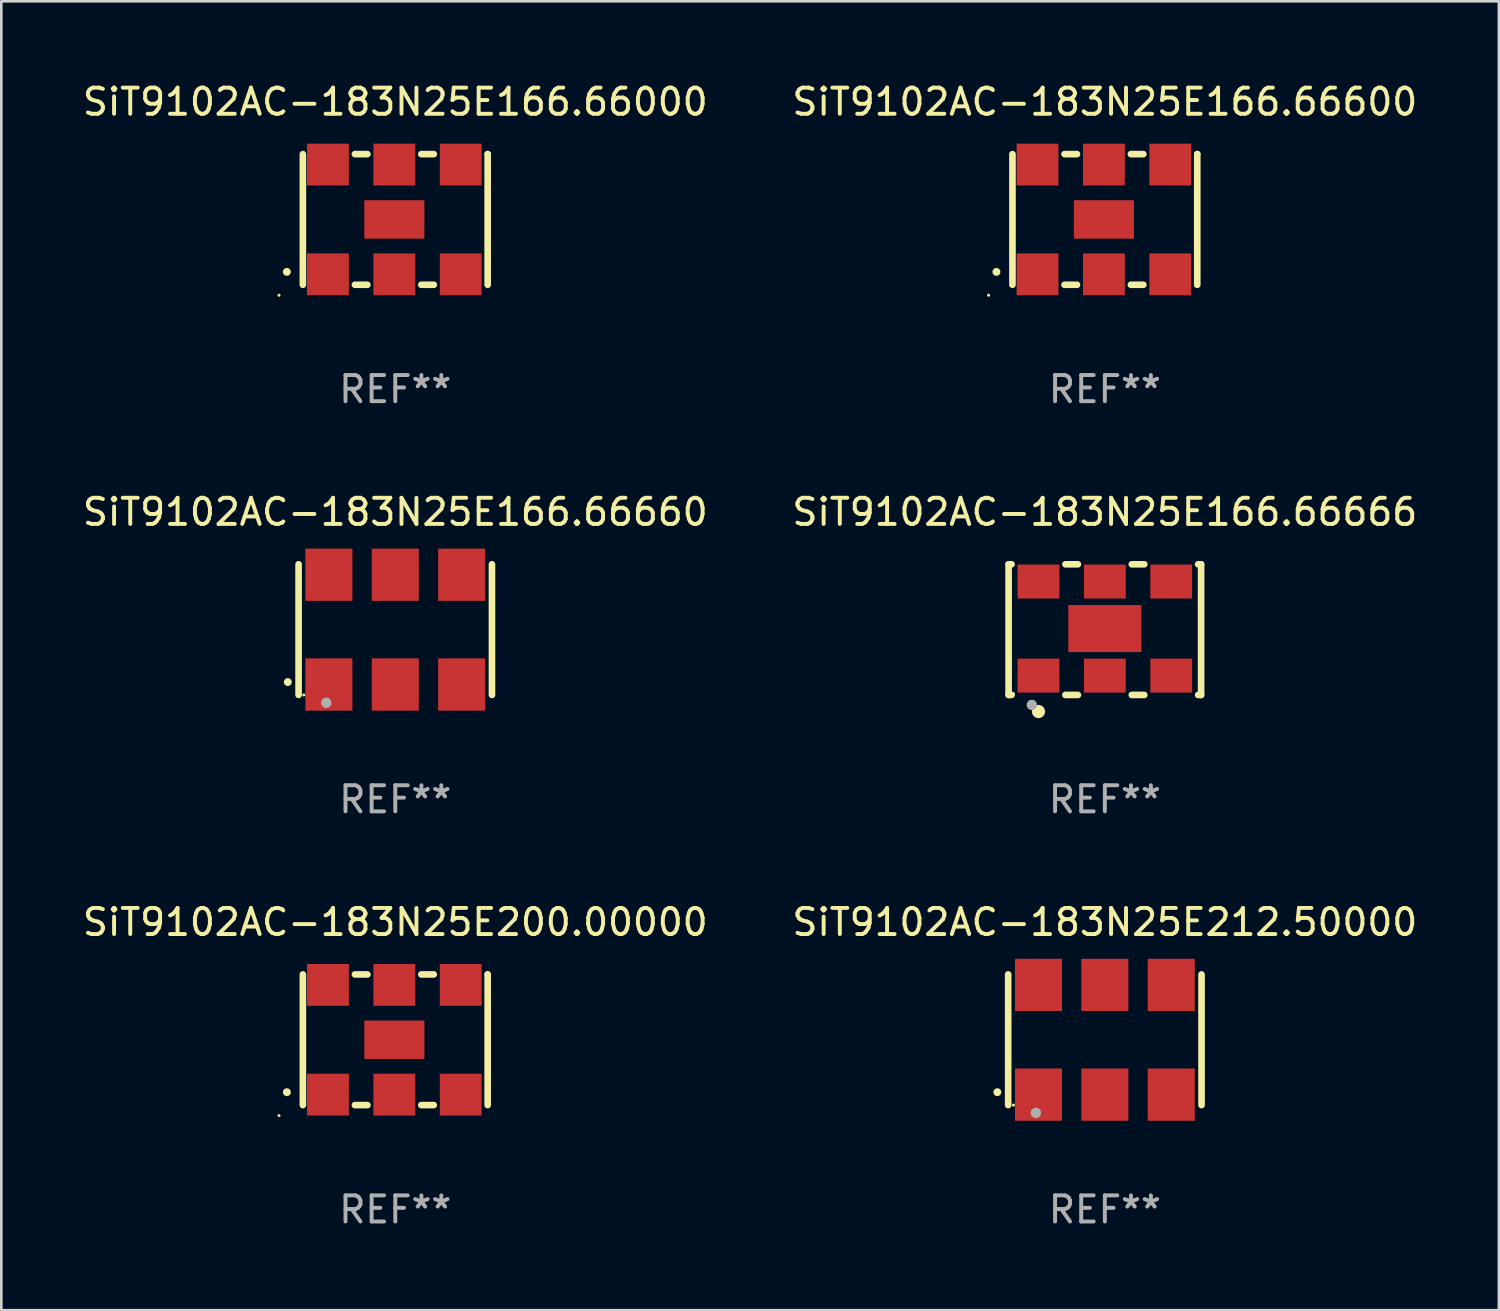
<source format=kicad_pcb>
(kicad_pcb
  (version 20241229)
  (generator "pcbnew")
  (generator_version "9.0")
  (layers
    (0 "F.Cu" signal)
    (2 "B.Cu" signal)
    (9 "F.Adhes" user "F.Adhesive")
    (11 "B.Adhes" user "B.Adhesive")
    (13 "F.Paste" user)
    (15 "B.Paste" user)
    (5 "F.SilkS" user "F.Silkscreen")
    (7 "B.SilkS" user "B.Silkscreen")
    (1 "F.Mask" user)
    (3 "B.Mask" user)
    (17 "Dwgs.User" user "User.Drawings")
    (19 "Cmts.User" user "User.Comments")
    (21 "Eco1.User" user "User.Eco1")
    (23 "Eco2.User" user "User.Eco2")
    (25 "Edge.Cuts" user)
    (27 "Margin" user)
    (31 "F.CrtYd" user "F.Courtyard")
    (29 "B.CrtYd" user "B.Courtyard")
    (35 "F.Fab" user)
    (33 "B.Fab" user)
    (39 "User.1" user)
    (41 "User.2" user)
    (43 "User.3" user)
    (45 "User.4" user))
  (footprint "SiT9102AC-183N25E212.50000"
    (layer "F.Cu")
    (at 39.232 36.741)
    (property "Reference" "SiT9102AC-183N25E212.50000" (at 0 -4.5 0) (layer "F.SilkS") (effects (font (size 1 1) (thickness 0.15))))
    (attr through_hole)
    (fp_line (start -3.7 -2.5) (end -3.7 2.5) (stroke (width 0.254) (type solid)) (layer "F.SilkS"))
    (fp_line (start 3.7 -2.5) (end 3.7 2.5) (stroke (width 0.254) (type solid)) (layer "F.SilkS"))
    (fp_arc (start -4.114415 2.006604) (mid -4.113145 2.006599) (end -4.111875 2.006604) (stroke (width 0.3) (type solid)) (layer "F.SilkS"))
    (fp_circle (center -3.5 2.501) (end -3.47 2.501) (stroke (width 0.06) (type solid)) (fill no) (layer "F.SilkS"))
    (fp_circle (center -2.641 2.799) (end -2.541 2.799) (stroke (width 0.2) (type solid)) (fill no) (layer "F.Fab"))
    (fp_text user "REF**" (at 0 6.5 0) (layer "F.Fab") (effects (font (size 1 1) (thickness 0.15))))
    (pad "1" smd rect (at -2.54 2.1) (size 1.8 2) (layers "F.Cu" "F.Mask" "F.Paste"))
    (pad "2" smd rect (at 0.000394 2.1) (size 1.8 2) (layers "F.Cu" "F.Mask" "F.Paste"))
    (pad "3" smd rect (at 2.54 2.1) (size 1.8 2) (layers "F.Cu" "F.Mask" "F.Paste"))
    (pad "4" smd rect (at 2.54 -2.1) (size 1.8 2) (layers "F.Cu" "F.Mask" "F.Paste"))
    (pad "5" smd rect (at 0.000394 -2.1) (size 1.8 2) (layers "F.Cu" "F.Mask" "F.Paste"))
    (pad "6" smd rect (at -2.54 -2.1) (size 1.8 2) (layers "F.Cu" "F.Mask" "F.Paste")))
  (footprint "SiT9102AC-183N25E200.00000"
    (layer "F.Cu")
    (at 12.077 36.741)
    (property "Reference" "SiT9102AC-183N25E200.00000" (at 0 -4.5 0) (layer "F.SilkS") (effects (font (size 1 1) (thickness 0.15))))
    (attr through_hole)
    (fp_line (start -3.536 -2.5) (end -3.536 2.5) (stroke (width 0.254) (type solid)) (layer "F.SilkS"))
    (fp_line (start -1.544 2.5) (end -1.067 2.5) (stroke (width 0.254) (type solid)) (layer "F.SilkS"))
    (fp_line (start -1.067 -2.5) (end -1.544 -2.5) (stroke (width 0.254) (type solid)) (layer "F.SilkS"))
    (fp_line (start 0.996 2.5) (end 1.473 2.5) (stroke (width 0.254) (type solid)) (layer "F.SilkS"))
    (fp_line (start 1.473 -2.5) (end 0.996 -2.5) (stroke (width 0.254) (type solid)) (layer "F.SilkS"))
    (fp_line (start 3.536 -2.5) (end 3.536 -2.5) (stroke (width 0.254) (type solid)) (layer "F.SilkS"))
    (fp_line (start 3.536 2.5) (end 3.536 -2.5) (stroke (width 0.254) (type solid)) (layer "F.SilkS"))
    (fp_arc (start -4.150432 2.006604) (mid -4.149162 2.006599) (end -4.147892 2.006604) (stroke (width 0.3) (type solid)) (layer "F.SilkS"))
    (fp_circle (center -4.449 2.9) (end -4.419 2.9) (stroke (width 0.06) (type solid)) (fill no) (layer "F.SilkS"))
    (fp_text user "REF**" (at 0 6.5 0) (layer "F.Fab") (effects (font (size 1 1) (thickness 0.15))))
    (pad "1" smd rect (at -2.576 2.1) (size 1.6 1.6) (layers "F.Cu" "F.Mask" "F.Paste"))
    (pad "2" smd rect (at -0.036 2.1) (size 1.6 1.6) (layers "F.Cu" "F.Mask" "F.Paste"))
    (pad "3" smd rect (at 2.504 2.1) (size 1.6 1.6) (layers "F.Cu" "F.Mask" "F.Paste"))
    (pad "4" smd rect (at 2.504 -2.1) (size 1.6 1.6) (layers "F.Cu" "F.Mask" "F.Paste"))
    (pad "5" smd rect (at -0.036 -2.1) (size 1.6 1.6) (layers "F.Cu" "F.Mask" "F.Paste"))
    (pad "6" smd rect (at -2.576 -2.1) (size 1.6 1.6) (layers "F.Cu" "F.Mask" "F.Paste"))
    (pad "7" smd rect (at -0.036 0) (size 2.3 1.47) (layers "F.Cu" "F.Mask" "F.Paste")))
  (footprint "SiT9102AC-183N25E166.66600"
    (layer "F.Cu")
    (at 39.232 5.348)
    (property "Reference" "SiT9102AC-183N25E166.66600" (at 0 -4.5 0) (layer "F.SilkS") (effects (font (size 1 1) (thickness 0.15))))
    (attr through_hole)
    (fp_line (start -3.536 -2.5) (end -3.536 2.5) (stroke (width 0.254) (type solid)) (layer "F.SilkS"))
    (fp_line (start -1.544 2.5) (end -1.067 2.5) (stroke (width 0.254) (type solid)) (layer "F.SilkS"))
    (fp_line (start -1.067 -2.5) (end -1.544 -2.5) (stroke (width 0.254) (type solid)) (layer "F.SilkS"))
    (fp_line (start 0.996 2.5) (end 1.473 2.5) (stroke (width 0.254) (type solid)) (layer "F.SilkS"))
    (fp_line (start 1.473 -2.5) (end 0.996 -2.5) (stroke (width 0.254) (type solid)) (layer "F.SilkS"))
    (fp_line (start 3.536 -2.5) (end 3.536 -2.5) (stroke (width 0.254) (type solid)) (layer "F.SilkS"))
    (fp_line (start 3.536 2.5) (end 3.536 -2.5) (stroke (width 0.254) (type solid)) (layer "F.SilkS"))
    (fp_arc (start -4.150432 2.006604) (mid -4.149162 2.006599) (end -4.147892 2.006604) (stroke (width 0.3) (type solid)) (layer "F.SilkS"))
    (fp_circle (center -4.449 2.9) (end -4.419 2.9) (stroke (width 0.06) (type solid)) (fill no) (layer "F.SilkS"))
    (fp_text user "REF**" (at 0 6.5 0) (layer "F.Fab") (effects (font (size 1 1) (thickness 0.15))))
    (pad "1" smd rect (at -2.576 2.1) (size 1.6 1.6) (layers "F.Cu" "F.Mask" "F.Paste"))
    (pad "2" smd rect (at -0.036 2.1) (size 1.6 1.6) (layers "F.Cu" "F.Mask" "F.Paste"))
    (pad "3" smd rect (at 2.504 2.1) (size 1.6 1.6) (layers "F.Cu" "F.Mask" "F.Paste"))
    (pad "4" smd rect (at 2.504 -2.1) (size 1.6 1.6) (layers "F.Cu" "F.Mask" "F.Paste"))
    (pad "5" smd rect (at -0.036 -2.1) (size 1.6 1.6) (layers "F.Cu" "F.Mask" "F.Paste"))
    (pad "6" smd rect (at -2.576 -2.1) (size 1.6 1.6) (layers "F.Cu" "F.Mask" "F.Paste"))
    (pad "7" smd rect (at -0.036 0) (size 2.3 1.47) (layers "F.Cu" "F.Mask" "F.Paste")))
  (footprint "SiT9102AC-183N25E166.66000"
    (layer "F.Cu")
    (at 12.077 5.348)
    (property "Reference" "SiT9102AC-183N25E166.66000" (at 0 -4.5 0) (layer "F.SilkS") (effects (font (size 1 1) (thickness 0.15))))
    (attr through_hole)
    (fp_line (start -3.536 -2.5) (end -3.536 2.5) (stroke (width 0.254) (type solid)) (layer "F.SilkS"))
    (fp_line (start -1.544 2.5) (end -1.067 2.5) (stroke (width 0.254) (type solid)) (layer "F.SilkS"))
    (fp_line (start -1.067 -2.5) (end -1.544 -2.5) (stroke (width 0.254) (type solid)) (layer "F.SilkS"))
    (fp_line (start 0.996 2.5) (end 1.473 2.5) (stroke (width 0.254) (type solid)) (layer "F.SilkS"))
    (fp_line (start 1.473 -2.5) (end 0.996 -2.5) (stroke (width 0.254) (type solid)) (layer "F.SilkS"))
    (fp_line (start 3.536 -2.5) (end 3.536 -2.5) (stroke (width 0.254) (type solid)) (layer "F.SilkS"))
    (fp_line (start 3.536 2.5) (end 3.536 -2.5) (stroke (width 0.254) (type solid)) (layer "F.SilkS"))
    (fp_arc (start -4.150432 2.006604) (mid -4.149162 2.006599) (end -4.147892 2.006604) (stroke (width 0.3) (type solid)) (layer "F.SilkS"))
    (fp_circle (center -4.449 2.9) (end -4.419 2.9) (stroke (width 0.06) (type solid)) (fill no) (layer "F.SilkS"))
    (fp_text user "REF**" (at 0 6.5 0) (layer "F.Fab") (effects (font (size 1 1) (thickness 0.15))))
    (pad "1" smd rect (at -2.576 2.1) (size 1.6 1.6) (layers "F.Cu" "F.Mask" "F.Paste"))
    (pad "2" smd rect (at -0.036 2.1) (size 1.6 1.6) (layers "F.Cu" "F.Mask" "F.Paste"))
    (pad "3" smd rect (at 2.504 2.1) (size 1.6 1.6) (layers "F.Cu" "F.Mask" "F.Paste"))
    (pad "4" smd rect (at 2.504 -2.1) (size 1.6 1.6) (layers "F.Cu" "F.Mask" "F.Paste"))
    (pad "5" smd rect (at -0.036 -2.1) (size 1.6 1.6) (layers "F.Cu" "F.Mask" "F.Paste"))
    (pad "6" smd rect (at -2.576 -2.1) (size 1.6 1.6) (layers "F.Cu" "F.Mask" "F.Paste"))
    (pad "7" smd rect (at -0.036 0) (size 2.3 1.47) (layers "F.Cu" "F.Mask" "F.Paste")))
  (footprint "SiT9102AC-183N25E166.66666"
    (layer "F.Cu")
    (at 39.232 21.045)
    (property "Reference" "SiT9102AC-183N25E166.66666" (at 0 -4.5 0) (layer "F.SilkS") (effects (font (size 1 1) (thickness 0.15))))
    (attr through_hole)
    (fp_line (start -3.683 -2.5) (end -3.571 -2.5) (stroke (width 0.254) (type solid)) (layer "F.SilkS"))
    (fp_line (start -3.683 2.5) (end -3.683 -2.5) (stroke (width 0.254) (type solid)) (layer "F.SilkS"))
    (fp_line (start -3.683 2.5) (end -3.571 2.5) (stroke (width 0.254) (type solid)) (layer "F.SilkS"))
    (fp_line (start -1.509 -2.5) (end -1.031 -2.5) (stroke (width 0.254) (type solid)) (layer "F.SilkS"))
    (fp_line (start -1.509 2.5) (end -1.031 2.5) (stroke (width 0.254) (type solid)) (layer "F.SilkS"))
    (fp_line (start 1.031 -2.5) (end 1.509 -2.5) (stroke (width 0.254) (type solid)) (layer "F.SilkS"))
    (fp_line (start 1.031 2.5) (end 1.509 2.5) (stroke (width 0.254) (type solid)) (layer "F.SilkS"))
    (fp_line (start 3.571 -2.5) (end 3.683 -2.5) (stroke (width 0.254) (type solid)) (layer "F.SilkS"))
    (fp_line (start 3.571 2.5) (end 3.683 2.5) (stroke (width 0.254) (type solid)) (layer "F.SilkS"))
    (fp_line (start 3.683 2.5) (end 3.683 -2.5) (stroke (width 0.254) (type solid)) (layer "F.SilkS"))
    (fp_circle (center -3.5 2.46) (end -3.47 2.46) (stroke (width 0.06) (type solid)) (fill no) (layer "F.SilkS"))
    (fp_circle (center -2.54 3.135) (end -2.413 3.135) (stroke (width 0.254) (type solid)) (fill no) (layer "F.SilkS"))
    (fp_circle (center -2.794 2.881) (end -2.694 2.881) (stroke (width 0.2) (type solid)) (fill no) (layer "F.Fab"))
    (fp_text user "REF**" (at 0 6.5 0) (layer "F.Fab") (effects (font (size 1 1) (thickness 0.15))))
    (pad "1" smd rect (at -2.54 1.76) (size 1.6 1.3) (layers "F.Cu" "F.Mask" "F.Paste"))
    (pad "2" smd rect (at 0 1.76) (size 1.6 1.3) (layers "F.Cu" "F.Mask" "F.Paste"))
    (pad "3" smd rect (at 2.54 1.76) (size 1.6 1.3) (layers "F.Cu" "F.Mask" "F.Paste"))
    (pad "4" smd rect (at 2.54 -1.84) (size 1.6 1.3) (layers "F.Cu" "F.Mask" "F.Paste"))
    (pad "5" smd rect (at 0 -1.84) (size 1.6 1.3) (layers "F.Cu" "F.Mask" "F.Paste"))
    (pad "6" smd rect (at -2.54 -1.84) (size 1.6 1.3) (layers "F.Cu" "F.Mask" "F.Paste"))
    (pad "7" smd rect (at 0 -0.04) (size 2.8 1.8) (layers "F.Cu" "F.Mask" "F.Paste")))
  (footprint "SiT9102AC-183N25E166.66660"
    (layer "F.Cu")
    (at 12.077 21.045)
    (property "Reference" "SiT9102AC-183N25E166.66660" (at 0 -4.5 0) (layer "F.SilkS") (effects (font (size 1 1) (thickness 0.15))))
    (attr through_hole)
    (fp_line (start -3.7 -2.5) (end -3.7 2.5) (stroke (width 0.254) (type solid)) (layer "F.SilkS"))
    (fp_line (start 3.7 -2.5) (end 3.7 2.5) (stroke (width 0.254) (type solid)) (layer "F.SilkS"))
    (fp_arc (start -4.114415 2.006604) (mid -4.113145 2.006599) (end -4.111875 2.006604) (stroke (width 0.3) (type solid)) (layer "F.SilkS"))
    (fp_circle (center -3.5 2.501) (end -3.47 2.501) (stroke (width 0.06) (type solid)) (fill no) (layer "F.SilkS"))
    (fp_circle (center -2.641 2.799) (end -2.541 2.799) (stroke (width 0.2) (type solid)) (fill no) (layer "F.Fab"))
    (fp_text user "REF**" (at 0 6.5 0) (layer "F.Fab") (effects (font (size 1 1) (thickness 0.15))))
    (pad "1" smd rect (at -2.54 2.1) (size 1.8 2) (layers "F.Cu" "F.Mask" "F.Paste"))
    (pad "2" smd rect (at 0.000394 2.1) (size 1.8 2) (layers "F.Cu" "F.Mask" "F.Paste"))
    (pad "3" smd rect (at 2.54 2.1) (size 1.8 2) (layers "F.Cu" "F.Mask" "F.Paste"))
    (pad "4" smd rect (at 2.54 -2.1) (size 1.8 2) (layers "F.Cu" "F.Mask" "F.Paste"))
    (pad "5" smd rect (at 0.000394 -2.1) (size 1.8 2) (layers "F.Cu" "F.Mask" "F.Paste"))
    (pad "6" smd rect (at -2.54 -2.1) (size 1.8 2) (layers "F.Cu" "F.Mask" "F.Paste")))
  (gr_rect
    (start -3 -3)
    (end 54.31 47.09)
    (stroke (width 0.1) (type default))
    (fill no)
    (layer "Edge.Cuts")))
</source>
